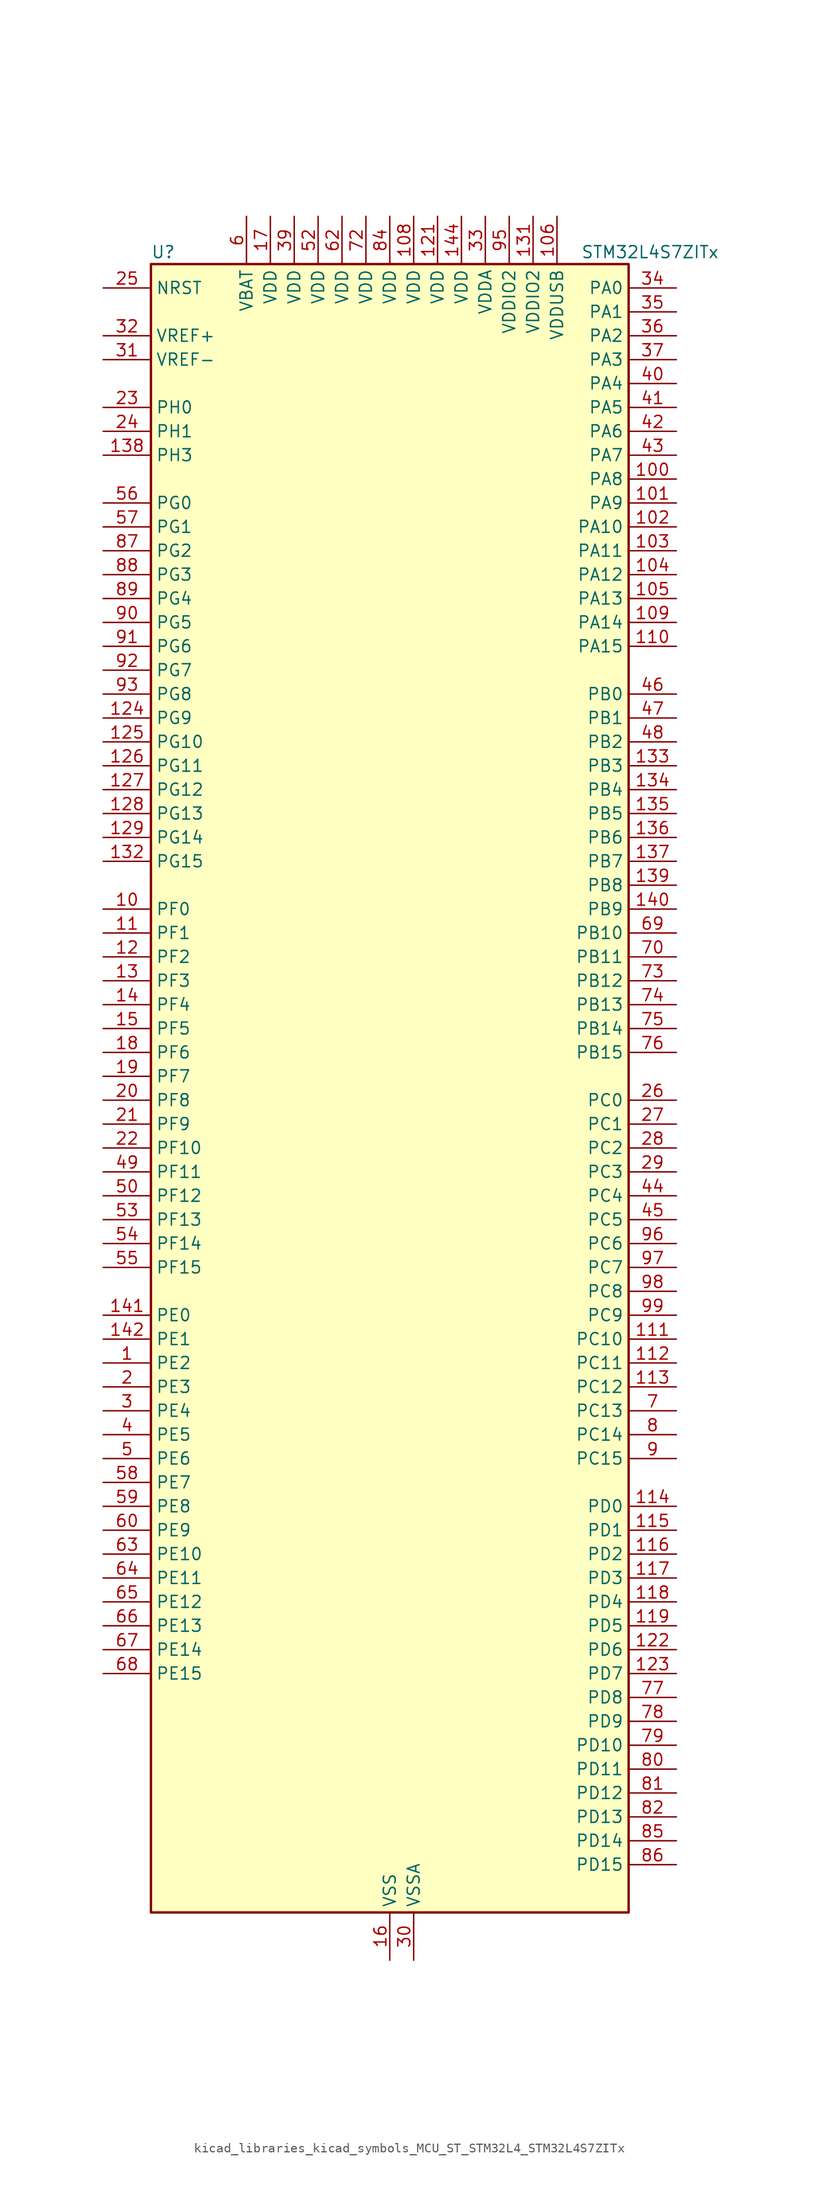
<source format=kicad_sym>
(kicad_symbol_lib
  (version 20220914)
  (generator kicad_symbol_editor)
  (symbol "kicad_libraries_kicad_symbols_MCU_ST_STM32L4_STM32L4S7ZITx"
    (property "Reference" "U"
      (at -25.4 90.17 0)
      (effects (font (size 1.27 1.27)) (justify left)))
    (property "Value" "STM32L4S7ZITx"
      (at 20.32 90.17 0)
      (effects (font (size 1.27 1.27)) (justify left)))
    (property "ki_locked" ""
      (at 0 0 0)
      (effects (font (size 1.27 1.27))))
    (symbol "kicad_libraries_kicad_symbols_MCU_ST_STM32L4_STM32L4S7ZITx_0_1"
      (rectangle (start -25.4 -86.36) (end 25.4 88.9) (stroke (width 0.254) (type default)) (fill (type background))))
    (symbol "kicad_libraries_kicad_symbols_MCU_ST_STM32L4_STM32L4S7ZITx_1_1"
      (pin bidirectional line (at -30.48 -27.94 0) (length 5.08) (name "PE2" (effects (font (size 1.27 1.27)))) (number "1" (effects (font (size 1.27 1.27)))) (alternate "FMC_A23" bidirectional line) (alternate "LTDC_R0" bidirectional line) (alternate "SAI1_CK1" bidirectional line) (alternate "SAI1_MCLK_A" bidirectional line) (alternate "SYS_TRACECLK" bidirectional line) (alternate "TIM3_ETR" bidirectional line) (alternate "TSC_G7_IO1" bidirectional line))
      (pin bidirectional line (at -30.48 20.32 0) (length 5.08) (name "PF0" (effects (font (size 1.27 1.27)))) (number "10" (effects (font (size 1.27 1.27)))) (alternate "FMC_A0" bidirectional line) (alternate "I2C2_SDA" bidirectional line) (alternate "OCTOSPIM_P2_IO0" bidirectional line))
      (pin bidirectional line (at 30.48 66.04 180) (length 5.08) (name "PA8" (effects (font (size 1.27 1.27)))) (number "100" (effects (font (size 1.27 1.27)))) (alternate "LPTIM2_OUT" bidirectional line) (alternate "RCC_MCO" bidirectional line) (alternate "SAI1_CK2" bidirectional line) (alternate "SAI1_SCK_A" bidirectional line) (alternate "TIM1_CH1" bidirectional line) (alternate "USART1_CK" bidirectional line) (alternate "USB_OTG_FS_SOF" bidirectional line))
      (pin bidirectional line (at 30.48 63.5 180) (length 5.08) (name "PA9" (effects (font (size 1.27 1.27)))) (number "101" (effects (font (size 1.27 1.27)))) (alternate "DAC1_EXTI9" bidirectional line) (alternate "DCMI_D0" bidirectional line) (alternate "SAI1_FS_A" bidirectional line) (alternate "SPI2_SCK" bidirectional line) (alternate "TIM15_BKIN" bidirectional line) (alternate "TIM1_CH2" bidirectional line) (alternate "USART1_TX" bidirectional line) (alternate "USB_OTG_FS_VBUS" bidirectional line))
      (pin bidirectional line (at 30.48 60.96 180) (length 5.08) (name "PA10" (effects (font (size 1.27 1.27)))) (number "102" (effects (font (size 1.27 1.27)))) (alternate "DCMI_D1" bidirectional line) (alternate "SAI1_D1" bidirectional line) (alternate "SAI1_SD_A" bidirectional line) (alternate "TIM17_BKIN" bidirectional line) (alternate "TIM1_CH3" bidirectional line) (alternate "USART1_RX" bidirectional line) (alternate "USB_OTG_FS_ID" bidirectional line))
      (pin bidirectional line (at 30.48 58.42 180) (length 5.08) (name "PA11" (effects (font (size 1.27 1.27)))) (number "103" (effects (font (size 1.27 1.27)))) (alternate "ADC1_EXTI11" bidirectional line) (alternate "CAN1_RX" bidirectional line) (alternate "SPI1_MISO" bidirectional line) (alternate "TIM1_BKIN2" bidirectional line) (alternate "TIM1_CH4" bidirectional line) (alternate "USART1_CTS" bidirectional line) (alternate "USART1_NSS" bidirectional line) (alternate "USB_OTG_FS_DM" bidirectional line))
      (pin bidirectional line (at 30.48 55.88 180) (length 5.08) (name "PA12" (effects (font (size 1.27 1.27)))) (number "104" (effects (font (size 1.27 1.27)))) (alternate "CAN1_TX" bidirectional line) (alternate "SPI1_MOSI" bidirectional line) (alternate "TIM1_ETR" bidirectional line) (alternate "USART1_DE" bidirectional line) (alternate "USART1_RTS" bidirectional line) (alternate "USB_OTG_FS_DP" bidirectional line))
      (pin bidirectional line (at 30.48 53.34 180) (length 5.08) (name "PA13" (effects (font (size 1.27 1.27)))) (number "105" (effects (font (size 1.27 1.27)))) (alternate "IR_OUT" bidirectional line) (alternate "SAI1_SD_B" bidirectional line) (alternate "SYS_JTMS-SWDIO" bidirectional line) (alternate "USB_OTG_FS_NOE" bidirectional line))
      (pin power_in line (at 17.78 93.98 270) (length 5.08) (name "VDDUSB" (effects (font (size 1.27 1.27)))) (number "106" (effects (font (size 1.27 1.27)))))
      (pin passive line (at 0 -91.44 90) (length 5.08) hide (name "VSS" (effects (font (size 1.27 1.27)))) (number "107" (effects (font (size 1.27 1.27)))))
      (pin power_in line (at 2.54 93.98 270) (length 5.08) (name "VDD" (effects (font (size 1.27 1.27)))) (number "108" (effects (font (size 1.27 1.27)))))
      (pin bidirectional line (at 30.48 50.8 180) (length 5.08) (name "PA14" (effects (font (size 1.27 1.27)))) (number "109" (effects (font (size 1.27 1.27)))) (alternate "I2C1_SMBA" bidirectional line) (alternate "I2C4_SMBA" bidirectional line) (alternate "LPTIM1_OUT" bidirectional line) (alternate "SAI1_FS_B" bidirectional line) (alternate "SYS_JTCK-SWCLK" bidirectional line) (alternate "USB_OTG_FS_SOF" bidirectional line))
      (pin bidirectional line (at -30.48 17.78 0) (length 5.08) (name "PF1" (effects (font (size 1.27 1.27)))) (number "11" (effects (font (size 1.27 1.27)))) (alternate "FMC_A1" bidirectional line) (alternate "I2C2_SCL" bidirectional line) (alternate "OCTOSPIM_P2_IO1" bidirectional line))
      (pin bidirectional line (at 30.48 48.26 180) (length 5.08) (name "PA15" (effects (font (size 1.27 1.27)))) (number "110" (effects (font (size 1.27 1.27)))) (alternate "ADC1_EXTI15" bidirectional line) (alternate "SAI2_FS_B" bidirectional line) (alternate "SPI1_NSS" bidirectional line) (alternate "SPI3_NSS" bidirectional line) (alternate "SYS_JTDI" bidirectional line) (alternate "TIM2_CH1" bidirectional line) (alternate "TIM2_ETR" bidirectional line) (alternate "TSC_G3_IO1" bidirectional line) (alternate "UART4_DE" bidirectional line) (alternate "UART4_RTS" bidirectional line) (alternate "USART2_RX" bidirectional line) (alternate "USART3_DE" bidirectional line) (alternate "USART3_RTS" bidirectional line))
      (pin bidirectional line (at 30.48 -25.4 180) (length 5.08) (name "PC10" (effects (font (size 1.27 1.27)))) (number "111" (effects (font (size 1.27 1.27)))) (alternate "DCMI_D8" bidirectional line) (alternate "SAI2_SCK_B" bidirectional line) (alternate "SDMMC1_D2" bidirectional line) (alternate "SPI3_SCK" bidirectional line) (alternate "SYS_TRACED1" bidirectional line) (alternate "TSC_G3_IO2" bidirectional line) (alternate "UART4_TX" bidirectional line) (alternate "USART3_TX" bidirectional line))
      (pin bidirectional line (at 30.48 -27.94 180) (length 5.08) (name "PC11" (effects (font (size 1.27 1.27)))) (number "112" (effects (font (size 1.27 1.27)))) (alternate "ADC1_EXTI11" bidirectional line) (alternate "DCMI_D2" bidirectional line) (alternate "DCMI_D4" bidirectional line) (alternate "OCTOSPIM_P1_NCS" bidirectional line) (alternate "SAI2_MCLK_B" bidirectional line) (alternate "SDMMC1_D3" bidirectional line) (alternate "SPI3_MISO" bidirectional line) (alternate "TSC_G3_IO3" bidirectional line) (alternate "UART4_RX" bidirectional line) (alternate "USART3_RX" bidirectional line))
      (pin bidirectional line (at 30.48 -30.48 180) (length 5.08) (name "PC12" (effects (font (size 1.27 1.27)))) (number "113" (effects (font (size 1.27 1.27)))) (alternate "DCMI_D9" bidirectional line) (alternate "SAI2_SD_B" bidirectional line) (alternate "SDMMC1_CK" bidirectional line) (alternate "SPI3_MOSI" bidirectional line) (alternate "SYS_TRACED3" bidirectional line) (alternate "TSC_G3_IO4" bidirectional line) (alternate "UART5_TX" bidirectional line) (alternate "USART3_CK" bidirectional line))
      (pin bidirectional line (at 30.48 -43.18 180) (length 5.08) (name "PD0" (effects (font (size 1.27 1.27)))) (number "114" (effects (font (size 1.27 1.27)))) (alternate "CAN1_RX" bidirectional line) (alternate "DFSDM1_DATIN7" bidirectional line) (alternate "FMC_D2" bidirectional line) (alternate "FMC_DA2" bidirectional line) (alternate "LTDC_B4" bidirectional line) (alternate "SPI2_NSS" bidirectional line))
      (pin bidirectional line (at 30.48 -45.72 180) (length 5.08) (name "PD1" (effects (font (size 1.27 1.27)))) (number "115" (effects (font (size 1.27 1.27)))) (alternate "CAN1_TX" bidirectional line) (alternate "DFSDM1_CKIN7" bidirectional line) (alternate "FMC_D3" bidirectional line) (alternate "FMC_DA3" bidirectional line) (alternate "LTDC_B5" bidirectional line) (alternate "SPI2_SCK" bidirectional line))
      (pin bidirectional line (at 30.48 -48.26 180) (length 5.08) (name "PD2" (effects (font (size 1.27 1.27)))) (number "116" (effects (font (size 1.27 1.27)))) (alternate "DCMI_D11" bidirectional line) (alternate "SDMMC1_CMD" bidirectional line) (alternate "SYS_TRACED2" bidirectional line) (alternate "TIM3_ETR" bidirectional line) (alternate "TSC_SYNC" bidirectional line) (alternate "UART5_RX" bidirectional line) (alternate "USART3_DE" bidirectional line) (alternate "USART3_RTS" bidirectional line))
      (pin bidirectional line (at 30.48 -50.8 180) (length 5.08) (name "PD3" (effects (font (size 1.27 1.27)))) (number "117" (effects (font (size 1.27 1.27)))) (alternate "DCMI_D5" bidirectional line) (alternate "DFSDM1_DATIN0" bidirectional line) (alternate "FMC_CLK" bidirectional line) (alternate "LTDC_CLK" bidirectional line) (alternate "OCTOSPIM_P2_NCS" bidirectional line) (alternate "SPI2_MISO" bidirectional line) (alternate "SPI2_SCK" bidirectional line) (alternate "USART2_CTS" bidirectional line) (alternate "USART2_NSS" bidirectional line))
      (pin bidirectional line (at 30.48 -53.34 180) (length 5.08) (name "PD4" (effects (font (size 1.27 1.27)))) (number "118" (effects (font (size 1.27 1.27)))) (alternate "DFSDM1_CKIN0" bidirectional line) (alternate "FMC_NOE" bidirectional line) (alternate "OCTOSPIM_P1_IO4" bidirectional line) (alternate "SPI2_MOSI" bidirectional line) (alternate "USART2_DE" bidirectional line) (alternate "USART2_RTS" bidirectional line))
      (pin bidirectional line (at 30.48 -55.88 180) (length 5.08) (name "PD5" (effects (font (size 1.27 1.27)))) (number "119" (effects (font (size 1.27 1.27)))) (alternate "FMC_NWE" bidirectional line) (alternate "OCTOSPIM_P1_IO5" bidirectional line) (alternate "USART2_TX" bidirectional line))
      (pin bidirectional line (at -30.48 15.24 0) (length 5.08) (name "PF2" (effects (font (size 1.27 1.27)))) (number "12" (effects (font (size 1.27 1.27)))) (alternate "FMC_A2" bidirectional line) (alternate "I2C2_SMBA" bidirectional line) (alternate "OCTOSPIM_P2_IO2" bidirectional line))
      (pin passive line (at 0 -91.44 90) (length 5.08) hide (name "VSS" (effects (font (size 1.27 1.27)))) (number "120" (effects (font (size 1.27 1.27)))))
      (pin power_in line (at 5.08 93.98 270) (length 5.08) (name "VDD" (effects (font (size 1.27 1.27)))) (number "121" (effects (font (size 1.27 1.27)))))
      (pin bidirectional line (at 30.48 -58.42 180) (length 5.08) (name "PD6" (effects (font (size 1.27 1.27)))) (number "122" (effects (font (size 1.27 1.27)))) (alternate "DCMI_D10" bidirectional line) (alternate "DFSDM1_DATIN1" bidirectional line) (alternate "FMC_NWAIT" bidirectional line) (alternate "LTDC_DE" bidirectional line) (alternate "OCTOSPIM_P1_IO6" bidirectional line) (alternate "SAI1_D1" bidirectional line) (alternate "SAI1_SD_A" bidirectional line) (alternate "SPI3_MOSI" bidirectional line) (alternate "USART2_RX" bidirectional line))
      (pin bidirectional line (at 30.48 -60.96 180) (length 5.08) (name "PD7" (effects (font (size 1.27 1.27)))) (number "123" (effects (font (size 1.27 1.27)))) (alternate "DFSDM1_CKIN1" bidirectional line) (alternate "FMC_NCE" bidirectional line) (alternate "FMC_NE1" bidirectional line) (alternate "OCTOSPIM_P1_IO7" bidirectional line) (alternate "USART2_CK" bidirectional line))
      (pin bidirectional line (at -30.48 40.64 0) (length 5.08) (name "PG9" (effects (font (size 1.27 1.27)))) (number "124" (effects (font (size 1.27 1.27)))) (alternate "DAC1_EXTI9" bidirectional line) (alternate "FMC_NCE" bidirectional line) (alternate "FMC_NE2" bidirectional line) (alternate "OCTOSPIM_P2_IO6" bidirectional line) (alternate "SAI2_SCK_A" bidirectional line) (alternate "SPI3_SCK" bidirectional line) (alternate "TIM15_CH1N" bidirectional line) (alternate "USART1_TX" bidirectional line))
      (pin bidirectional line (at -30.48 38.1 0) (length 5.08) (name "PG10" (effects (font (size 1.27 1.27)))) (number "125" (effects (font (size 1.27 1.27)))) (alternate "FMC_NE3" bidirectional line) (alternate "LPTIM1_IN1" bidirectional line) (alternate "OCTOSPIM_P2_IO7" bidirectional line) (alternate "SAI2_FS_A" bidirectional line) (alternate "SPI3_MISO" bidirectional line) (alternate "TIM15_CH1" bidirectional line) (alternate "USART1_RX" bidirectional line))
      (pin bidirectional line (at -30.48 35.56 0) (length 5.08) (name "PG11" (effects (font (size 1.27 1.27)))) (number "126" (effects (font (size 1.27 1.27)))) (alternate "ADC1_EXTI11" bidirectional line) (alternate "LPTIM1_IN2" bidirectional line) (alternate "OCTOSPIM_P1_IO5" bidirectional line) (alternate "SAI2_MCLK_A" bidirectional line) (alternate "SPI3_MOSI" bidirectional line) (alternate "TIM15_CH2" bidirectional line) (alternate "USART1_CTS" bidirectional line) (alternate "USART1_NSS" bidirectional line))
      (pin bidirectional line (at -30.48 33.02 0) (length 5.08) (name "PG12" (effects (font (size 1.27 1.27)))) (number "127" (effects (font (size 1.27 1.27)))) (alternate "FMC_NE4" bidirectional line) (alternate "LPTIM1_ETR" bidirectional line) (alternate "OCTOSPIM_P2_NCS" bidirectional line) (alternate "SAI2_SD_A" bidirectional line) (alternate "SPI3_NSS" bidirectional line) (alternate "USART1_DE" bidirectional line) (alternate "USART1_RTS" bidirectional line))
      (pin bidirectional line (at -30.48 30.48 0) (length 5.08) (name "PG13" (effects (font (size 1.27 1.27)))) (number "128" (effects (font (size 1.27 1.27)))) (alternate "FMC_A24" bidirectional line) (alternate "I2C1_SDA" bidirectional line) (alternate "LTDC_R0" bidirectional line) (alternate "USART1_CK" bidirectional line))
      (pin bidirectional line (at -30.48 27.94 0) (length 5.08) (name "PG14" (effects (font (size 1.27 1.27)))) (number "129" (effects (font (size 1.27 1.27)))) (alternate "FMC_A25" bidirectional line) (alternate "I2C1_SCL" bidirectional line) (alternate "LTDC_R1" bidirectional line))
      (pin bidirectional line (at -30.48 12.7 0) (length 5.08) (name "PF3" (effects (font (size 1.27 1.27)))) (number "13" (effects (font (size 1.27 1.27)))) (alternate "FMC_A3" bidirectional line) (alternate "OCTOSPIM_P2_IO3" bidirectional line))
      (pin passive line (at 0 -91.44 90) (length 5.08) hide (name "VSS" (effects (font (size 1.27 1.27)))) (number "130" (effects (font (size 1.27 1.27)))))
      (pin power_in line (at 15.24 93.98 270) (length 5.08) (name "VDDIO2" (effects (font (size 1.27 1.27)))) (number "131" (effects (font (size 1.27 1.27)))))
      (pin bidirectional line (at -30.48 25.4 0) (length 5.08) (name "PG15" (effects (font (size 1.27 1.27)))) (number "132" (effects (font (size 1.27 1.27)))) (alternate "ADC1_EXTI15" bidirectional line) (alternate "DCMI_D13" bidirectional line) (alternate "I2C1_SMBA" bidirectional line) (alternate "LPTIM1_OUT" bidirectional line) (alternate "OCTOSPIM_P2_DQS" bidirectional line))
      (pin bidirectional line (at 30.48 35.56 180) (length 5.08) (name "PB3" (effects (font (size 1.27 1.27)))) (number "133" (effects (font (size 1.27 1.27)))) (alternate "COMP2_INM" bidirectional line) (alternate "CRS_SYNC" bidirectional line) (alternate "SAI1_SCK_B" bidirectional line) (alternate "SPI1_SCK" bidirectional line) (alternate "SPI3_SCK" bidirectional line) (alternate "SYS_JTDO-SWO" bidirectional line) (alternate "TIM2_CH2" bidirectional line) (alternate "USART1_DE" bidirectional line) (alternate "USART1_RTS" bidirectional line))
      (pin bidirectional line (at 30.48 33.02 180) (length 5.08) (name "PB4" (effects (font (size 1.27 1.27)))) (number "134" (effects (font (size 1.27 1.27)))) (alternate "COMP2_INP" bidirectional line) (alternate "DCMI_D12" bidirectional line) (alternate "I2C3_SDA" bidirectional line) (alternate "SAI1_MCLK_B" bidirectional line) (alternate "SPI1_MISO" bidirectional line) (alternate "SPI3_MISO" bidirectional line) (alternate "SYS_JTRST" bidirectional line) (alternate "TIM17_BKIN" bidirectional line) (alternate "TIM3_CH1" bidirectional line) (alternate "TSC_G2_IO1" bidirectional line) (alternate "UART5_DE" bidirectional line) (alternate "UART5_RTS" bidirectional line) (alternate "USART1_CTS" bidirectional line) (alternate "USART1_NSS" bidirectional line))
      (pin bidirectional line (at 30.48 30.48 180) (length 5.08) (name "PB5" (effects (font (size 1.27 1.27)))) (number "135" (effects (font (size 1.27 1.27)))) (alternate "COMP2_OUT" bidirectional line) (alternate "DCMI_D10" bidirectional line) (alternate "I2C1_SMBA" bidirectional line) (alternate "LPTIM1_IN1" bidirectional line) (alternate "SAI1_SD_B" bidirectional line) (alternate "SPI1_MOSI" bidirectional line) (alternate "SPI3_MOSI" bidirectional line) (alternate "TIM16_BKIN" bidirectional line) (alternate "TIM3_CH2" bidirectional line) (alternate "TSC_G2_IO2" bidirectional line) (alternate "UART5_CTS" bidirectional line) (alternate "USART1_CK" bidirectional line))
      (pin bidirectional line (at 30.48 27.94 180) (length 5.08) (name "PB6" (effects (font (size 1.27 1.27)))) (number "136" (effects (font (size 1.27 1.27)))) (alternate "COMP2_INP" bidirectional line) (alternate "DCMI_D5" bidirectional line) (alternate "DFSDM1_DATIN5" bidirectional line) (alternate "I2C1_SCL" bidirectional line) (alternate "I2C4_SCL" bidirectional line) (alternate "LPTIM1_ETR" bidirectional line) (alternate "SAI1_FS_B" bidirectional line) (alternate "TIM16_CH1N" bidirectional line) (alternate "TIM4_CH1" bidirectional line) (alternate "TIM8_BKIN2" bidirectional line) (alternate "TSC_G2_IO3" bidirectional line) (alternate "USART1_TX" bidirectional line))
      (pin bidirectional line (at 30.48 25.4 180) (length 5.08) (name "PB7" (effects (font (size 1.27 1.27)))) (number "137" (effects (font (size 1.27 1.27)))) (alternate "COMP2_INM" bidirectional line) (alternate "DCMI_VSYNC" bidirectional line) (alternate "DFSDM1_CKIN5" bidirectional line) (alternate "FMC_NL" bidirectional line) (alternate "I2C1_SDA" bidirectional line) (alternate "I2C4_SDA" bidirectional line) (alternate "LPTIM1_IN2" bidirectional line) (alternate "SYS_PVD_IN" bidirectional line) (alternate "TIM17_CH1N" bidirectional line) (alternate "TIM4_CH2" bidirectional line) (alternate "TIM8_BKIN" bidirectional line) (alternate "TSC_G2_IO4" bidirectional line) (alternate "UART4_CTS" bidirectional line) (alternate "USART1_RX" bidirectional line))
      (pin bidirectional line (at -30.48 68.58 0) (length 5.08) (name "PH3" (effects (font (size 1.27 1.27)))) (number "138" (effects (font (size 1.27 1.27)))))
      (pin bidirectional line (at 30.48 22.86 180) (length 5.08) (name "PB8" (effects (font (size 1.27 1.27)))) (number "139" (effects (font (size 1.27 1.27)))) (alternate "CAN1_RX" bidirectional line) (alternate "DCMI_D6" bidirectional line) (alternate "DFSDM1_CKOUT" bidirectional line) (alternate "DFSDM1_DATIN6" bidirectional line) (alternate "I2C1_SCL" bidirectional line) (alternate "LTDC_B1" bidirectional line) (alternate "SAI1_CK1" bidirectional line) (alternate "SAI1_MCLK_A" bidirectional line) (alternate "SDMMC1_CKIN" bidirectional line) (alternate "SDMMC1_D4" bidirectional line) (alternate "TIM16_CH1" bidirectional line) (alternate "TIM4_CH3" bidirectional line))
      (pin bidirectional line (at -30.48 10.16 0) (length 5.08) (name "PF4" (effects (font (size 1.27 1.27)))) (number "14" (effects (font (size 1.27 1.27)))) (alternate "FMC_A4" bidirectional line) (alternate "OCTOSPIM_P2_CLK" bidirectional line))
      (pin bidirectional line (at 30.48 20.32 180) (length 5.08) (name "PB9" (effects (font (size 1.27 1.27)))) (number "140" (effects (font (size 1.27 1.27)))) (alternate "CAN1_TX" bidirectional line) (alternate "DAC1_EXTI9" bidirectional line) (alternate "DCMI_D7" bidirectional line) (alternate "DFSDM1_CKIN6" bidirectional line) (alternate "I2C1_SDA" bidirectional line) (alternate "IR_OUT" bidirectional line) (alternate "SAI1_D2" bidirectional line) (alternate "SAI1_FS_A" bidirectional line) (alternate "SDMMC1_CDIR" bidirectional line) (alternate "SDMMC1_D5" bidirectional line) (alternate "SPI2_NSS" bidirectional line) (alternate "TIM17_CH1" bidirectional line) (alternate "TIM4_CH4" bidirectional line))
      (pin bidirectional line (at -30.48 -22.86 0) (length 5.08) (name "PE0" (effects (font (size 1.27 1.27)))) (number "141" (effects (font (size 1.27 1.27)))) (alternate "DCMI_D2" bidirectional line) (alternate "FMC_NBL0" bidirectional line) (alternate "LTDC_HSYNC" bidirectional line) (alternate "TIM16_CH1" bidirectional line) (alternate "TIM4_ETR" bidirectional line))
      (pin bidirectional line (at -30.48 -25.4 0) (length 5.08) (name "PE1" (effects (font (size 1.27 1.27)))) (number "142" (effects (font (size 1.27 1.27)))) (alternate "DCMI_D3" bidirectional line) (alternate "FMC_NBL1" bidirectional line) (alternate "LTDC_VSYNC" bidirectional line) (alternate "TIM17_CH1" bidirectional line))
      (pin passive line (at 0 -91.44 90) (length 5.08) hide (name "VSS" (effects (font (size 1.27 1.27)))) (number "143" (effects (font (size 1.27 1.27)))))
      (pin power_in line (at 7.62 93.98 270) (length 5.08) (name "VDD" (effects (font (size 1.27 1.27)))) (number "144" (effects (font (size 1.27 1.27)))))
      (pin bidirectional line (at -30.48 7.62 0) (length 5.08) (name "PF5" (effects (font (size 1.27 1.27)))) (number "15" (effects (font (size 1.27 1.27)))) (alternate "FMC_A5" bidirectional line))
      (pin power_in line (at 0 -91.44 90) (length 5.08) (name "VSS" (effects (font (size 1.27 1.27)))) (number "16" (effects (font (size 1.27 1.27)))))
      (pin power_in line (at -12.7 93.98 270) (length 5.08) (name "VDD" (effects (font (size 1.27 1.27)))) (number "17" (effects (font (size 1.27 1.27)))))
      (pin bidirectional line (at -30.48 5.08 0) (length 5.08) (name "PF6" (effects (font (size 1.27 1.27)))) (number "18" (effects (font (size 1.27 1.27)))) (alternate "OCTOSPIM_P1_IO3" bidirectional line) (alternate "SAI1_SD_B" bidirectional line) (alternate "TIM5_CH1" bidirectional line) (alternate "TIM5_ETR" bidirectional line))
      (pin bidirectional line (at -30.48 2.54 0) (length 5.08) (name "PF7" (effects (font (size 1.27 1.27)))) (number "19" (effects (font (size 1.27 1.27)))) (alternate "OCTOSPIM_P1_IO2" bidirectional line) (alternate "SAI1_MCLK_B" bidirectional line) (alternate "TIM5_CH2" bidirectional line))
      (pin bidirectional line (at -30.48 -30.48 0) (length 5.08) (name "PE3" (effects (font (size 1.27 1.27)))) (number "2" (effects (font (size 1.27 1.27)))) (alternate "FMC_A19" bidirectional line) (alternate "LTDC_R1" bidirectional line) (alternate "OCTOSPIM_P1_DQS" bidirectional line) (alternate "SAI1_SD_B" bidirectional line) (alternate "SYS_TRACED0" bidirectional line) (alternate "TIM3_CH1" bidirectional line) (alternate "TSC_G7_IO2" bidirectional line))
      (pin bidirectional line (at -30.48 0 0) (length 5.08) (name "PF8" (effects (font (size 1.27 1.27)))) (number "20" (effects (font (size 1.27 1.27)))) (alternate "OCTOSPIM_P1_IO0" bidirectional line) (alternate "SAI1_SCK_B" bidirectional line) (alternate "TIM5_CH3" bidirectional line))
      (pin bidirectional line (at -30.48 -2.54 0) (length 5.08) (name "PF9" (effects (font (size 1.27 1.27)))) (number "21" (effects (font (size 1.27 1.27)))) (alternate "DAC1_EXTI9" bidirectional line) (alternate "OCTOSPIM_P1_IO1" bidirectional line) (alternate "SAI1_FS_B" bidirectional line) (alternate "TIM15_CH1" bidirectional line) (alternate "TIM5_CH4" bidirectional line))
      (pin bidirectional line (at -30.48 -5.08 0) (length 5.08) (name "PF10" (effects (font (size 1.27 1.27)))) (number "22" (effects (font (size 1.27 1.27)))) (alternate "DCMI_D11" bidirectional line) (alternate "DFSDM1_CKOUT" bidirectional line) (alternate "OCTOSPIM_P1_CLK" bidirectional line) (alternate "SAI1_D3" bidirectional line) (alternate "TIM15_CH2" bidirectional line))
      (pin bidirectional line (at -30.48 73.66 0) (length 5.08) (name "PH0" (effects (font (size 1.27 1.27)))) (number "23" (effects (font (size 1.27 1.27)))) (alternate "RCC_OSC_IN" bidirectional line))
      (pin bidirectional line (at -30.48 71.12 0) (length 5.08) (name "PH1" (effects (font (size 1.27 1.27)))) (number "24" (effects (font (size 1.27 1.27)))) (alternate "RCC_OSC_OUT" bidirectional line))
      (pin input line (at -30.48 86.36 0) (length 5.08) (name "NRST" (effects (font (size 1.27 1.27)))) (number "25" (effects (font (size 1.27 1.27)))))
      (pin bidirectional line (at 30.48 0 180) (length 5.08) (name "PC0" (effects (font (size 1.27 1.27)))) (number "26" (effects (font (size 1.27 1.27)))) (alternate "ADC1_IN1" bidirectional line) (alternate "DFSDM1_DATIN4" bidirectional line) (alternate "I2C3_SCL" bidirectional line) (alternate "LPTIM1_IN1" bidirectional line) (alternate "LPTIM2_IN1" bidirectional line) (alternate "LPUART1_RX" bidirectional line) (alternate "SAI2_FS_A" bidirectional line))
      (pin bidirectional line (at 30.48 -2.54 180) (length 5.08) (name "PC1" (effects (font (size 1.27 1.27)))) (number "27" (effects (font (size 1.27 1.27)))) (alternate "ADC1_IN2" bidirectional line) (alternate "DFSDM1_CKIN4" bidirectional line) (alternate "I2C3_SDA" bidirectional line) (alternate "LPTIM1_OUT" bidirectional line) (alternate "LPUART1_TX" bidirectional line) (alternate "OCTOSPIM_P1_IO4" bidirectional line) (alternate "SAI1_SD_A" bidirectional line) (alternate "SPI2_MOSI" bidirectional line) (alternate "SYS_TRACED0" bidirectional line))
      (pin bidirectional line (at 30.48 -5.08 180) (length 5.08) (name "PC2" (effects (font (size 1.27 1.27)))) (number "28" (effects (font (size 1.27 1.27)))) (alternate "ADC1_IN3" bidirectional line) (alternate "DFSDM1_CKOUT" bidirectional line) (alternate "LPTIM1_IN2" bidirectional line) (alternate "OCTOSPIM_P1_IO5" bidirectional line) (alternate "SPI2_MISO" bidirectional line))
      (pin bidirectional line (at 30.48 -7.62 180) (length 5.08) (name "PC3" (effects (font (size 1.27 1.27)))) (number "29" (effects (font (size 1.27 1.27)))) (alternate "ADC1_IN4" bidirectional line) (alternate "LPTIM1_ETR" bidirectional line) (alternate "LPTIM2_ETR" bidirectional line) (alternate "OCTOSPIM_P1_IO6" bidirectional line) (alternate "SAI1_D1" bidirectional line) (alternate "SAI1_SD_A" bidirectional line) (alternate "SPI2_MOSI" bidirectional line))
      (pin bidirectional line (at -30.48 -33.02 0) (length 5.08) (name "PE4" (effects (font (size 1.27 1.27)))) (number "3" (effects (font (size 1.27 1.27)))) (alternate "DCMI_D4" bidirectional line) (alternate "DFSDM1_DATIN3" bidirectional line) (alternate "FMC_A20" bidirectional line) (alternate "LTDC_B0" bidirectional line) (alternate "SAI1_D2" bidirectional line) (alternate "SAI1_FS_A" bidirectional line) (alternate "SYS_TRACED1" bidirectional line) (alternate "TIM3_CH2" bidirectional line) (alternate "TSC_G7_IO3" bidirectional line))
      (pin power_in line (at 2.54 -91.44 90) (length 5.08) (name "VSSA" (effects (font (size 1.27 1.27)))) (number "30" (effects (font (size 1.27 1.27)))))
      (pin input line (at -30.48 78.74 0) (length 5.08) (name "VREF-" (effects (font (size 1.27 1.27)))) (number "31" (effects (font (size 1.27 1.27)))))
      (pin input line (at -30.48 81.28 0) (length 5.08) (name "VREF+" (effects (font (size 1.27 1.27)))) (number "32" (effects (font (size 1.27 1.27)))) (alternate "VREFBUF_OUT" bidirectional line))
      (pin power_in line (at 10.16 93.98 270) (length 5.08) (name "VDDA" (effects (font (size 1.27 1.27)))) (number "33" (effects (font (size 1.27 1.27)))))
      (pin bidirectional line (at 30.48 86.36 180) (length 5.08) (name "PA0" (effects (font (size 1.27 1.27)))) (number "34" (effects (font (size 1.27 1.27)))) (alternate "ADC1_IN5" bidirectional line) (alternate "OPAMP1_VINP" bidirectional line) (alternate "RTC_TAMP2" bidirectional line) (alternate "SAI1_EXTCLK" bidirectional line) (alternate "SYS_WKUP1" bidirectional line) (alternate "TIM2_CH1" bidirectional line) (alternate "TIM2_ETR" bidirectional line) (alternate "TIM5_CH1" bidirectional line) (alternate "TIM8_ETR" bidirectional line) (alternate "UART4_TX" bidirectional line) (alternate "USART2_CTS" bidirectional line) (alternate "USART2_NSS" bidirectional line))
      (pin bidirectional line (at 30.48 83.82 180) (length 5.08) (name "PA1" (effects (font (size 1.27 1.27)))) (number "35" (effects (font (size 1.27 1.27)))) (alternate "ADC1_IN6" bidirectional line) (alternate "I2C1_SMBA" bidirectional line) (alternate "OCTOSPIM_P1_DQS" bidirectional line) (alternate "OPAMP1_VINM" bidirectional line) (alternate "SPI1_SCK" bidirectional line) (alternate "TIM15_CH1N" bidirectional line) (alternate "TIM2_CH2" bidirectional line) (alternate "TIM5_CH2" bidirectional line) (alternate "UART4_RX" bidirectional line) (alternate "USART2_DE" bidirectional line) (alternate "USART2_RTS" bidirectional line))
      (pin bidirectional line (at 30.48 81.28 180) (length 5.08) (name "PA2" (effects (font (size 1.27 1.27)))) (number "36" (effects (font (size 1.27 1.27)))) (alternate "ADC1_IN7" bidirectional line) (alternate "LPUART1_TX" bidirectional line) (alternate "OCTOSPIM_P1_NCS" bidirectional line) (alternate "RCC_LSCO" bidirectional line) (alternate "SAI2_EXTCLK" bidirectional line) (alternate "SYS_WKUP4" bidirectional line) (alternate "TIM15_CH1" bidirectional line) (alternate "TIM2_CH3" bidirectional line) (alternate "TIM5_CH3" bidirectional line) (alternate "USART2_TX" bidirectional line))
      (pin bidirectional line (at 30.48 78.74 180) (length 5.08) (name "PA3" (effects (font (size 1.27 1.27)))) (number "37" (effects (font (size 1.27 1.27)))) (alternate "ADC1_IN8" bidirectional line) (alternate "LPUART1_RX" bidirectional line) (alternate "OCTOSPIM_P1_CLK" bidirectional line) (alternate "OPAMP1_VOUT" bidirectional line) (alternate "SAI1_CK1" bidirectional line) (alternate "SAI1_MCLK_A" bidirectional line) (alternate "TIM15_CH2" bidirectional line) (alternate "TIM2_CH4" bidirectional line) (alternate "TIM5_CH4" bidirectional line) (alternate "USART2_RX" bidirectional line))
      (pin passive line (at 0 -91.44 90) (length 5.08) hide (name "VSS" (effects (font (size 1.27 1.27)))) (number "38" (effects (font (size 1.27 1.27)))))
      (pin power_in line (at -10.16 93.98 270) (length 5.08) (name "VDD" (effects (font (size 1.27 1.27)))) (number "39" (effects (font (size 1.27 1.27)))))
      (pin bidirectional line (at -30.48 -35.56 0) (length 5.08) (name "PE5" (effects (font (size 1.27 1.27)))) (number "4" (effects (font (size 1.27 1.27)))) (alternate "DCMI_D6" bidirectional line) (alternate "DFSDM1_CKIN3" bidirectional line) (alternate "FMC_A21" bidirectional line) (alternate "LTDC_G0" bidirectional line) (alternate "SAI1_CK2" bidirectional line) (alternate "SAI1_SCK_A" bidirectional line) (alternate "SYS_TRACED2" bidirectional line) (alternate "TIM3_CH3" bidirectional line) (alternate "TSC_G7_IO4" bidirectional line))
      (pin bidirectional line (at 30.48 76.2 180) (length 5.08) (name "PA4" (effects (font (size 1.27 1.27)))) (number "40" (effects (font (size 1.27 1.27)))) (alternate "ADC1_IN9" bidirectional line) (alternate "DAC1_OUT1" bidirectional line) (alternate "DCMI_HSYNC" bidirectional line) (alternate "LPTIM2_OUT" bidirectional line) (alternate "OCTOSPIM_P1_NCS" bidirectional line) (alternate "SAI1_FS_B" bidirectional line) (alternate "SPI1_NSS" bidirectional line) (alternate "SPI3_NSS" bidirectional line) (alternate "USART2_CK" bidirectional line))
      (pin bidirectional line (at 30.48 73.66 180) (length 5.08) (name "PA5" (effects (font (size 1.27 1.27)))) (number "41" (effects (font (size 1.27 1.27)))) (alternate "ADC1_IN10" bidirectional line) (alternate "DAC1_OUT2" bidirectional line) (alternate "LPTIM2_ETR" bidirectional line) (alternate "SPI1_SCK" bidirectional line) (alternate "TIM2_CH1" bidirectional line) (alternate "TIM2_ETR" bidirectional line) (alternate "TIM8_CH1N" bidirectional line))
      (pin bidirectional line (at 30.48 71.12 180) (length 5.08) (name "PA6" (effects (font (size 1.27 1.27)))) (number "42" (effects (font (size 1.27 1.27)))) (alternate "ADC1_IN11" bidirectional line) (alternate "DCMI_PIXCLK" bidirectional line) (alternate "LPUART1_CTS" bidirectional line) (alternate "OCTOSPIM_P1_IO3" bidirectional line) (alternate "OPAMP2_VINP" bidirectional line) (alternate "SPI1_MISO" bidirectional line) (alternate "TIM16_CH1" bidirectional line) (alternate "TIM1_BKIN" bidirectional line) (alternate "TIM3_CH1" bidirectional line) (alternate "TIM8_BKIN" bidirectional line) (alternate "USART3_CTS" bidirectional line) (alternate "USART3_NSS" bidirectional line))
      (pin bidirectional line (at 30.48 68.58 180) (length 5.08) (name "PA7" (effects (font (size 1.27 1.27)))) (number "43" (effects (font (size 1.27 1.27)))) (alternate "ADC1_IN12" bidirectional line) (alternate "I2C3_SCL" bidirectional line) (alternate "OCTOSPIM_P1_IO2" bidirectional line) (alternate "OPAMP2_VINM" bidirectional line) (alternate "SPI1_MOSI" bidirectional line) (alternate "TIM17_CH1" bidirectional line) (alternate "TIM1_CH1N" bidirectional line) (alternate "TIM3_CH2" bidirectional line) (alternate "TIM8_CH1N" bidirectional line))
      (pin bidirectional line (at 30.48 -10.16 180) (length 5.08) (name "PC4" (effects (font (size 1.27 1.27)))) (number "44" (effects (font (size 1.27 1.27)))) (alternate "ADC1_IN13" bidirectional line) (alternate "COMP1_INM" bidirectional line) (alternate "OCTOSPIM_P1_IO7" bidirectional line) (alternate "USART3_TX" bidirectional line))
      (pin bidirectional line (at 30.48 -12.7 180) (length 5.08) (name "PC5" (effects (font (size 1.27 1.27)))) (number "45" (effects (font (size 1.27 1.27)))) (alternate "ADC1_IN14" bidirectional line) (alternate "COMP1_INP" bidirectional line) (alternate "SAI1_D3" bidirectional line) (alternate "SYS_WKUP5" bidirectional line) (alternate "USART3_RX" bidirectional line))
      (pin bidirectional line (at 30.48 43.18 180) (length 5.08) (name "PB0" (effects (font (size 1.27 1.27)))) (number "46" (effects (font (size 1.27 1.27)))) (alternate "ADC1_IN15" bidirectional line) (alternate "COMP1_OUT" bidirectional line) (alternate "OCTOSPIM_P1_IO1" bidirectional line) (alternate "OPAMP2_VOUT" bidirectional line) (alternate "SAI1_EXTCLK" bidirectional line) (alternate "SPI1_NSS" bidirectional line) (alternate "TIM1_CH2N" bidirectional line) (alternate "TIM3_CH3" bidirectional line) (alternate "TIM8_CH2N" bidirectional line) (alternate "USART3_CK" bidirectional line))
      (pin bidirectional line (at 30.48 40.64 180) (length 5.08) (name "PB1" (effects (font (size 1.27 1.27)))) (number "47" (effects (font (size 1.27 1.27)))) (alternate "ADC1_IN16" bidirectional line) (alternate "COMP1_INM" bidirectional line) (alternate "DFSDM1_DATIN0" bidirectional line) (alternate "LPTIM2_IN1" bidirectional line) (alternate "LPUART1_DE" bidirectional line) (alternate "LPUART1_RTS" bidirectional line) (alternate "OCTOSPIM_P1_IO0" bidirectional line) (alternate "TIM1_CH3N" bidirectional line) (alternate "TIM3_CH4" bidirectional line) (alternate "TIM8_CH3N" bidirectional line) (alternate "USART3_DE" bidirectional line) (alternate "USART3_RTS" bidirectional line))
      (pin bidirectional line (at 30.48 38.1 180) (length 5.08) (name "PB2" (effects (font (size 1.27 1.27)))) (number "48" (effects (font (size 1.27 1.27)))) (alternate "COMP1_INP" bidirectional line) (alternate "DFSDM1_CKIN0" bidirectional line) (alternate "I2C3_SMBA" bidirectional line) (alternate "LPTIM1_OUT" bidirectional line) (alternate "LTDC_B1" bidirectional line) (alternate "OCTOSPIM_P1_DQS" bidirectional line) (alternate "RTC_OUT_ALARM" bidirectional line) (alternate "RTC_OUT_CALIB" bidirectional line))
      (pin bidirectional line (at -30.48 -7.62 0) (length 5.08) (name "PF11" (effects (font (size 1.27 1.27)))) (number "49" (effects (font (size 1.27 1.27)))) (alternate "ADC1_EXTI11" bidirectional line) (alternate "DCMI_D12" bidirectional line) (alternate "LTDC_DE" bidirectional line))
      (pin bidirectional line (at -30.48 -38.1 0) (length 5.08) (name "PE6" (effects (font (size 1.27 1.27)))) (number "5" (effects (font (size 1.27 1.27)))) (alternate "DCMI_D7" bidirectional line) (alternate "FMC_A22" bidirectional line) (alternate "LTDC_G1" bidirectional line) (alternate "RTC_TAMP3" bidirectional line) (alternate "SAI1_D1" bidirectional line) (alternate "SAI1_SD_A" bidirectional line) (alternate "SYS_TRACED3" bidirectional line) (alternate "SYS_WKUP3" bidirectional line) (alternate "TIM3_CH4" bidirectional line))
      (pin bidirectional line (at -30.48 -10.16 0) (length 5.08) (name "PF12" (effects (font (size 1.27 1.27)))) (number "50" (effects (font (size 1.27 1.27)))) (alternate "FMC_A6" bidirectional line) (alternate "LTDC_B0" bidirectional line) (alternate "OCTOSPIM_P2_DQS" bidirectional line))
      (pin passive line (at 0 -91.44 90) (length 5.08) hide (name "VSS" (effects (font (size 1.27 1.27)))) (number "51" (effects (font (size 1.27 1.27)))))
      (pin power_in line (at -7.62 93.98 270) (length 5.08) (name "VDD" (effects (font (size 1.27 1.27)))) (number "52" (effects (font (size 1.27 1.27)))))
      (pin bidirectional line (at -30.48 -12.7 0) (length 5.08) (name "PF13" (effects (font (size 1.27 1.27)))) (number "53" (effects (font (size 1.27 1.27)))) (alternate "DFSDM1_DATIN6" bidirectional line) (alternate "FMC_A7" bidirectional line) (alternate "I2C4_SMBA" bidirectional line) (alternate "LTDC_B1" bidirectional line))
      (pin bidirectional line (at -30.48 -15.24 0) (length 5.08) (name "PF14" (effects (font (size 1.27 1.27)))) (number "54" (effects (font (size 1.27 1.27)))) (alternate "DFSDM1_CKIN6" bidirectional line) (alternate "FMC_A8" bidirectional line) (alternate "I2C4_SCL" bidirectional line) (alternate "LTDC_G0" bidirectional line) (alternate "TSC_G8_IO1" bidirectional line))
      (pin bidirectional line (at -30.48 -17.78 0) (length 5.08) (name "PF15" (effects (font (size 1.27 1.27)))) (number "55" (effects (font (size 1.27 1.27)))) (alternate "ADC1_EXTI15" bidirectional line) (alternate "FMC_A9" bidirectional line) (alternate "I2C4_SDA" bidirectional line) (alternate "LTDC_G1" bidirectional line) (alternate "TSC_G8_IO2" bidirectional line))
      (pin bidirectional line (at -30.48 63.5 0) (length 5.08) (name "PG0" (effects (font (size 1.27 1.27)))) (number "56" (effects (font (size 1.27 1.27)))) (alternate "FMC_A10" bidirectional line) (alternate "OCTOSPIM_P2_IO4" bidirectional line) (alternate "TSC_G8_IO3" bidirectional line))
      (pin bidirectional line (at -30.48 60.96 0) (length 5.08) (name "PG1" (effects (font (size 1.27 1.27)))) (number "57" (effects (font (size 1.27 1.27)))) (alternate "FMC_A11" bidirectional line) (alternate "OCTOSPIM_P2_IO5" bidirectional line) (alternate "TSC_G8_IO4" bidirectional line))
      (pin bidirectional line (at -30.48 -40.64 0) (length 5.08) (name "PE7" (effects (font (size 1.27 1.27)))) (number "58" (effects (font (size 1.27 1.27)))) (alternate "DFSDM1_DATIN2" bidirectional line) (alternate "FMC_D4" bidirectional line) (alternate "FMC_DA4" bidirectional line) (alternate "LTDC_B6" bidirectional line) (alternate "SAI1_SD_B" bidirectional line) (alternate "TIM1_ETR" bidirectional line))
      (pin bidirectional line (at -30.48 -43.18 0) (length 5.08) (name "PE8" (effects (font (size 1.27 1.27)))) (number "59" (effects (font (size 1.27 1.27)))) (alternate "DFSDM1_CKIN2" bidirectional line) (alternate "FMC_D5" bidirectional line) (alternate "FMC_DA5" bidirectional line) (alternate "LTDC_B7" bidirectional line) (alternate "SAI1_SCK_B" bidirectional line) (alternate "TIM1_CH1N" bidirectional line))
      (pin power_in line (at -15.24 93.98 270) (length 5.08) (name "VBAT" (effects (font (size 1.27 1.27)))) (number "6" (effects (font (size 1.27 1.27)))))
      (pin bidirectional line (at -30.48 -45.72 0) (length 5.08) (name "PE9" (effects (font (size 1.27 1.27)))) (number "60" (effects (font (size 1.27 1.27)))) (alternate "DAC1_EXTI9" bidirectional line) (alternate "DFSDM1_CKOUT" bidirectional line) (alternate "FMC_D6" bidirectional line) (alternate "FMC_DA6" bidirectional line) (alternate "LTDC_G2" bidirectional line) (alternate "SAI1_FS_B" bidirectional line) (alternate "TIM1_CH1" bidirectional line))
      (pin passive line (at 0 -91.44 90) (length 5.08) hide (name "VSS" (effects (font (size 1.27 1.27)))) (number "61" (effects (font (size 1.27 1.27)))))
      (pin power_in line (at -5.08 93.98 270) (length 5.08) (name "VDD" (effects (font (size 1.27 1.27)))) (number "62" (effects (font (size 1.27 1.27)))))
      (pin bidirectional line (at -30.48 -48.26 0) (length 5.08) (name "PE10" (effects (font (size 1.27 1.27)))) (number "63" (effects (font (size 1.27 1.27)))) (alternate "DFSDM1_DATIN4" bidirectional line) (alternate "FMC_D7" bidirectional line) (alternate "FMC_DA7" bidirectional line) (alternate "LTDC_G3" bidirectional line) (alternate "OCTOSPIM_P1_CLK" bidirectional line) (alternate "SAI1_MCLK_B" bidirectional line) (alternate "TIM1_CH2N" bidirectional line) (alternate "TSC_G5_IO1" bidirectional line))
      (pin bidirectional line (at -30.48 -50.8 0) (length 5.08) (name "PE11" (effects (font (size 1.27 1.27)))) (number "64" (effects (font (size 1.27 1.27)))) (alternate "ADC1_EXTI11" bidirectional line) (alternate "DFSDM1_CKIN4" bidirectional line) (alternate "FMC_D8" bidirectional line) (alternate "FMC_DA8" bidirectional line) (alternate "LTDC_G4" bidirectional line) (alternate "OCTOSPIM_P1_NCS" bidirectional line) (alternate "TIM1_CH2" bidirectional line) (alternate "TSC_G5_IO2" bidirectional line))
      (pin bidirectional line (at -30.48 -53.34 0) (length 5.08) (name "PE12" (effects (font (size 1.27 1.27)))) (number "65" (effects (font (size 1.27 1.27)))) (alternate "DFSDM1_DATIN5" bidirectional line) (alternate "FMC_D9" bidirectional line) (alternate "FMC_DA9" bidirectional line) (alternate "LTDC_G5" bidirectional line) (alternate "OCTOSPIM_P1_IO0" bidirectional line) (alternate "SPI1_NSS" bidirectional line) (alternate "TIM1_CH3N" bidirectional line) (alternate "TSC_G5_IO3" bidirectional line))
      (pin bidirectional line (at -30.48 -55.88 0) (length 5.08) (name "PE13" (effects (font (size 1.27 1.27)))) (number "66" (effects (font (size 1.27 1.27)))) (alternate "DFSDM1_CKIN5" bidirectional line) (alternate "FMC_D10" bidirectional line) (alternate "FMC_DA10" bidirectional line) (alternate "LTDC_G6" bidirectional line) (alternate "OCTOSPIM_P1_IO1" bidirectional line) (alternate "SPI1_SCK" bidirectional line) (alternate "TIM1_CH3" bidirectional line) (alternate "TSC_G5_IO4" bidirectional line))
      (pin bidirectional line (at -30.48 -58.42 0) (length 5.08) (name "PE14" (effects (font (size 1.27 1.27)))) (number "67" (effects (font (size 1.27 1.27)))) (alternate "FMC_D11" bidirectional line) (alternate "FMC_DA11" bidirectional line) (alternate "LTDC_G7" bidirectional line) (alternate "OCTOSPIM_P1_IO2" bidirectional line) (alternate "SPI1_MISO" bidirectional line) (alternate "TIM1_BKIN2" bidirectional line) (alternate "TIM1_CH4" bidirectional line))
      (pin bidirectional line (at -30.48 -60.96 0) (length 5.08) (name "PE15" (effects (font (size 1.27 1.27)))) (number "68" (effects (font (size 1.27 1.27)))) (alternate "ADC1_EXTI15" bidirectional line) (alternate "FMC_D12" bidirectional line) (alternate "FMC_DA12" bidirectional line) (alternate "LTDC_R2" bidirectional line) (alternate "OCTOSPIM_P1_IO3" bidirectional line) (alternate "SPI1_MOSI" bidirectional line) (alternate "TIM1_BKIN" bidirectional line))
      (pin bidirectional line (at 30.48 17.78 180) (length 5.08) (name "PB10" (effects (font (size 1.27 1.27)))) (number "69" (effects (font (size 1.27 1.27)))) (alternate "COMP1_OUT" bidirectional line) (alternate "DFSDM1_DATIN7" bidirectional line) (alternate "I2C2_SCL" bidirectional line) (alternate "I2C4_SCL" bidirectional line) (alternate "LPUART1_RX" bidirectional line) (alternate "OCTOSPIM_P1_CLK" bidirectional line) (alternate "SAI1_SCK_A" bidirectional line) (alternate "SPI2_SCK" bidirectional line) (alternate "TIM2_CH3" bidirectional line) (alternate "TSC_SYNC" bidirectional line) (alternate "USART3_TX" bidirectional line))
      (pin bidirectional line (at 30.48 -33.02 180) (length 5.08) (name "PC13" (effects (font (size 1.27 1.27)))) (number "7" (effects (font (size 1.27 1.27)))) (alternate "RTC_OUT_ALARM" bidirectional line) (alternate "RTC_OUT_CALIB" bidirectional line) (alternate "RTC_TAMP1" bidirectional line) (alternate "RTC_TS" bidirectional line) (alternate "SYS_WKUP2" bidirectional line))
      (pin bidirectional line (at 30.48 15.24 180) (length 5.08) (name "PB11" (effects (font (size 1.27 1.27)))) (number "70" (effects (font (size 1.27 1.27)))) (alternate "ADC1_EXTI11" bidirectional line) (alternate "COMP2_OUT" bidirectional line) (alternate "DFSDM1_CKIN7" bidirectional line) (alternate "I2C2_SDA" bidirectional line) (alternate "I2C4_SDA" bidirectional line) (alternate "LPUART1_TX" bidirectional line) (alternate "OCTOSPIM_P1_NCS" bidirectional line) (alternate "TIM2_CH4" bidirectional line) (alternate "USART3_RX" bidirectional line))
      (pin passive line (at 0 -91.44 90) (length 5.08) hide (name "VSS" (effects (font (size 1.27 1.27)))) (number "71" (effects (font (size 1.27 1.27)))))
      (pin power_in line (at -2.54 93.98 270) (length 5.08) (name "VDD" (effects (font (size 1.27 1.27)))) (number "72" (effects (font (size 1.27 1.27)))))
      (pin bidirectional line (at 30.48 12.7 180) (length 5.08) (name "PB12" (effects (font (size 1.27 1.27)))) (number "73" (effects (font (size 1.27 1.27)))) (alternate "DFSDM1_DATIN1" bidirectional line) (alternate "I2C2_SMBA" bidirectional line) (alternate "LPUART1_DE" bidirectional line) (alternate "LPUART1_RTS" bidirectional line) (alternate "SAI2_FS_A" bidirectional line) (alternate "SPI2_NSS" bidirectional line) (alternate "TIM15_BKIN" bidirectional line) (alternate "TIM1_BKIN" bidirectional line) (alternate "TSC_G1_IO1" bidirectional line) (alternate "USART3_CK" bidirectional line))
      (pin bidirectional line (at 30.48 10.16 180) (length 5.08) (name "PB13" (effects (font (size 1.27 1.27)))) (number "74" (effects (font (size 1.27 1.27)))) (alternate "DFSDM1_CKIN1" bidirectional line) (alternate "I2C2_SCL" bidirectional line) (alternate "LPUART1_CTS" bidirectional line) (alternate "SAI2_SCK_A" bidirectional line) (alternate "SPI2_SCK" bidirectional line) (alternate "TIM15_CH1N" bidirectional line) (alternate "TIM1_CH1N" bidirectional line) (alternate "TSC_G1_IO2" bidirectional line) (alternate "USART3_CTS" bidirectional line) (alternate "USART3_NSS" bidirectional line))
      (pin bidirectional line (at 30.48 7.62 180) (length 5.08) (name "PB14" (effects (font (size 1.27 1.27)))) (number "75" (effects (font (size 1.27 1.27)))) (alternate "DFSDM1_DATIN2" bidirectional line) (alternate "I2C2_SDA" bidirectional line) (alternate "SAI2_MCLK_A" bidirectional line) (alternate "SPI2_MISO" bidirectional line) (alternate "TIM15_CH1" bidirectional line) (alternate "TIM1_CH2N" bidirectional line) (alternate "TIM8_CH2N" bidirectional line) (alternate "TSC_G1_IO3" bidirectional line) (alternate "USART3_DE" bidirectional line) (alternate "USART3_RTS" bidirectional line))
      (pin bidirectional line (at 30.48 5.08 180) (length 5.08) (name "PB15" (effects (font (size 1.27 1.27)))) (number "76" (effects (font (size 1.27 1.27)))) (alternate "ADC1_EXTI15" bidirectional line) (alternate "DFSDM1_CKIN2" bidirectional line) (alternate "RTC_REFIN" bidirectional line) (alternate "SAI2_SD_A" bidirectional line) (alternate "SPI2_MOSI" bidirectional line) (alternate "TIM15_CH2" bidirectional line) (alternate "TIM1_CH3N" bidirectional line) (alternate "TIM8_CH3N" bidirectional line) (alternate "TSC_G1_IO4" bidirectional line))
      (pin bidirectional line (at 30.48 -63.5 180) (length 5.08) (name "PD8" (effects (font (size 1.27 1.27)))) (number "77" (effects (font (size 1.27 1.27)))) (alternate "DCMI_HSYNC" bidirectional line) (alternate "FMC_D13" bidirectional line) (alternate "FMC_DA13" bidirectional line) (alternate "LTDC_R3" bidirectional line) (alternate "USART3_TX" bidirectional line))
      (pin bidirectional line (at 30.48 -66.04 180) (length 5.08) (name "PD9" (effects (font (size 1.27 1.27)))) (number "78" (effects (font (size 1.27 1.27)))) (alternate "DAC1_EXTI9" bidirectional line) (alternate "DCMI_PIXCLK" bidirectional line) (alternate "FMC_D14" bidirectional line) (alternate "FMC_DA14" bidirectional line) (alternate "LTDC_R4" bidirectional line) (alternate "SAI2_MCLK_A" bidirectional line) (alternate "USART3_RX" bidirectional line))
      (pin bidirectional line (at 30.48 -68.58 180) (length 5.08) (name "PD10" (effects (font (size 1.27 1.27)))) (number "79" (effects (font (size 1.27 1.27)))) (alternate "FMC_D15" bidirectional line) (alternate "FMC_DA15" bidirectional line) (alternate "LTDC_R5" bidirectional line) (alternate "SAI2_SCK_A" bidirectional line) (alternate "TSC_G6_IO1" bidirectional line) (alternate "USART3_CK" bidirectional line))
      (pin bidirectional line (at 30.48 -35.56 180) (length 5.08) (name "PC14" (effects (font (size 1.27 1.27)))) (number "8" (effects (font (size 1.27 1.27)))) (alternate "RCC_OSC32_IN" bidirectional line))
      (pin bidirectional line (at 30.48 -71.12 180) (length 5.08) (name "PD11" (effects (font (size 1.27 1.27)))) (number "80" (effects (font (size 1.27 1.27)))) (alternate "ADC1_EXTI11" bidirectional line) (alternate "FMC_A16" bidirectional line) (alternate "FMC_CLE" bidirectional line) (alternate "I2C4_SMBA" bidirectional line) (alternate "LPTIM2_ETR" bidirectional line) (alternate "LTDC_R6" bidirectional line) (alternate "SAI2_SD_A" bidirectional line) (alternate "TSC_G6_IO2" bidirectional line) (alternate "USART3_CTS" bidirectional line) (alternate "USART3_NSS" bidirectional line))
      (pin bidirectional line (at 30.48 -73.66 180) (length 5.08) (name "PD12" (effects (font (size 1.27 1.27)))) (number "81" (effects (font (size 1.27 1.27)))) (alternate "FMC_A17" bidirectional line) (alternate "FMC_ALE" bidirectional line) (alternate "I2C4_SCL" bidirectional line) (alternate "LPTIM2_IN1" bidirectional line) (alternate "LTDC_R7" bidirectional line) (alternate "SAI2_FS_A" bidirectional line) (alternate "TIM4_CH1" bidirectional line) (alternate "TSC_G6_IO3" bidirectional line) (alternate "USART3_DE" bidirectional line) (alternate "USART3_RTS" bidirectional line))
      (pin bidirectional line (at 30.48 -76.2 180) (length 5.08) (name "PD13" (effects (font (size 1.27 1.27)))) (number "82" (effects (font (size 1.27 1.27)))) (alternate "FMC_A18" bidirectional line) (alternate "I2C4_SDA" bidirectional line) (alternate "LPTIM2_OUT" bidirectional line) (alternate "TIM4_CH2" bidirectional line) (alternate "TSC_G6_IO4" bidirectional line))
      (pin passive line (at 0 -91.44 90) (length 5.08) hide (name "VSS" (effects (font (size 1.27 1.27)))) (number "83" (effects (font (size 1.27 1.27)))))
      (pin power_in line (at 0 93.98 270) (length 5.08) (name "VDD" (effects (font (size 1.27 1.27)))) (number "84" (effects (font (size 1.27 1.27)))))
      (pin bidirectional line (at 30.48 -78.74 180) (length 5.08) (name "PD14" (effects (font (size 1.27 1.27)))) (number "85" (effects (font (size 1.27 1.27)))) (alternate "FMC_D0" bidirectional line) (alternate "FMC_DA0" bidirectional line) (alternate "LTDC_B2" bidirectional line) (alternate "TIM4_CH3" bidirectional line))
      (pin bidirectional line (at 30.48 -81.28 180) (length 5.08) (name "PD15" (effects (font (size 1.27 1.27)))) (number "86" (effects (font (size 1.27 1.27)))) (alternate "ADC1_EXTI15" bidirectional line) (alternate "FMC_D1" bidirectional line) (alternate "FMC_DA1" bidirectional line) (alternate "LTDC_B3" bidirectional line) (alternate "TIM4_CH4" bidirectional line))
      (pin bidirectional line (at -30.48 58.42 0) (length 5.08) (name "PG2" (effects (font (size 1.27 1.27)))) (number "87" (effects (font (size 1.27 1.27)))) (alternate "FMC_A12" bidirectional line) (alternate "SAI2_SCK_B" bidirectional line) (alternate "SPI1_SCK" bidirectional line))
      (pin bidirectional line (at -30.48 55.88 0) (length 5.08) (name "PG3" (effects (font (size 1.27 1.27)))) (number "88" (effects (font (size 1.27 1.27)))) (alternate "FMC_A13" bidirectional line) (alternate "SAI2_FS_B" bidirectional line) (alternate "SPI1_MISO" bidirectional line))
      (pin bidirectional line (at -30.48 53.34 0) (length 5.08) (name "PG4" (effects (font (size 1.27 1.27)))) (number "89" (effects (font (size 1.27 1.27)))) (alternate "FMC_A14" bidirectional line) (alternate "SAI2_MCLK_B" bidirectional line) (alternate "SPI1_MOSI" bidirectional line))
      (pin bidirectional line (at 30.48 -38.1 180) (length 5.08) (name "PC15" (effects (font (size 1.27 1.27)))) (number "9" (effects (font (size 1.27 1.27)))) (alternate "ADC1_EXTI15" bidirectional line) (alternate "RCC_OSC32_OUT" bidirectional line))
      (pin bidirectional line (at -30.48 50.8 0) (length 5.08) (name "PG5" (effects (font (size 1.27 1.27)))) (number "90" (effects (font (size 1.27 1.27)))) (alternate "FMC_A15" bidirectional line) (alternate "LPUART1_CTS" bidirectional line) (alternate "SAI2_SD_B" bidirectional line) (alternate "SPI1_NSS" bidirectional line))
      (pin bidirectional line (at -30.48 48.26 0) (length 5.08) (name "PG6" (effects (font (size 1.27 1.27)))) (number "91" (effects (font (size 1.27 1.27)))) (alternate "I2C3_SMBA" bidirectional line) (alternate "LPUART1_DE" bidirectional line) (alternate "LPUART1_RTS" bidirectional line) (alternate "LTDC_R1" bidirectional line) (alternate "OCTOSPIM_P1_DQS" bidirectional line))
      (pin bidirectional line (at -30.48 45.72 0) (length 5.08) (name "PG7" (effects (font (size 1.27 1.27)))) (number "92" (effects (font (size 1.27 1.27)))) (alternate "DFSDM1_CKOUT" bidirectional line) (alternate "FMC_INT" bidirectional line) (alternate "I2C3_SCL" bidirectional line) (alternate "LPUART1_TX" bidirectional line) (alternate "OCTOSPIM_P2_DQS" bidirectional line) (alternate "SAI1_CK1" bidirectional line) (alternate "SAI1_MCLK_A" bidirectional line))
      (pin bidirectional line (at -30.48 43.18 0) (length 5.08) (name "PG8" (effects (font (size 1.27 1.27)))) (number "93" (effects (font (size 1.27 1.27)))) (alternate "I2C3_SDA" bidirectional line) (alternate "LPUART1_RX" bidirectional line))
      (pin passive line (at 0 -91.44 90) (length 5.08) hide (name "VSS" (effects (font (size 1.27 1.27)))) (number "94" (effects (font (size 1.27 1.27)))))
      (pin power_in line (at 12.7 93.98 270) (length 5.08) (name "VDDIO2" (effects (font (size 1.27 1.27)))) (number "95" (effects (font (size 1.27 1.27)))))
      (pin bidirectional line (at 30.48 -15.24 180) (length 5.08) (name "PC6" (effects (font (size 1.27 1.27)))) (number "96" (effects (font (size 1.27 1.27)))) (alternate "DCMI_D0" bidirectional line) (alternate "DFSDM1_CKIN3" bidirectional line) (alternate "LTDC_R0" bidirectional line) (alternate "SAI2_MCLK_A" bidirectional line) (alternate "SDMMC1_D0DIR" bidirectional line) (alternate "SDMMC1_D6" bidirectional line) (alternate "TIM3_CH1" bidirectional line) (alternate "TIM8_CH1" bidirectional line) (alternate "TSC_G4_IO1" bidirectional line))
      (pin bidirectional line (at 30.48 -17.78 180) (length 5.08) (name "PC7" (effects (font (size 1.27 1.27)))) (number "97" (effects (font (size 1.27 1.27)))) (alternate "DCMI_D1" bidirectional line) (alternate "DFSDM1_DATIN3" bidirectional line) (alternate "LTDC_R1" bidirectional line) (alternate "SAI2_MCLK_B" bidirectional line) (alternate "SDMMC1_D123DIR" bidirectional line) (alternate "SDMMC1_D7" bidirectional line) (alternate "TIM3_CH2" bidirectional line) (alternate "TIM8_CH2" bidirectional line) (alternate "TSC_G4_IO2" bidirectional line))
      (pin bidirectional line (at 30.48 -20.32 180) (length 5.08) (name "PC8" (effects (font (size 1.27 1.27)))) (number "98" (effects (font (size 1.27 1.27)))) (alternate "DCMI_D2" bidirectional line) (alternate "SDMMC1_D0" bidirectional line) (alternate "TIM3_CH3" bidirectional line) (alternate "TIM8_CH3" bidirectional line) (alternate "TSC_G4_IO3" bidirectional line))
      (pin bidirectional line (at 30.48 -22.86 180) (length 5.08) (name "PC9" (effects (font (size 1.27 1.27)))) (number "99" (effects (font (size 1.27 1.27)))) (alternate "DAC1_EXTI9" bidirectional line) (alternate "DCMI_D3" bidirectional line) (alternate "I2C3_SDA" bidirectional line) (alternate "SAI2_EXTCLK" bidirectional line) (alternate "SDMMC1_D1" bidirectional line) (alternate "SYS_TRACED0" bidirectional line) (alternate "TIM3_CH4" bidirectional line) (alternate "TIM8_BKIN2" bidirectional line) (alternate "TIM8_CH4" bidirectional line) (alternate "TSC_G4_IO4" bidirectional line) (alternate "USB_OTG_FS_NOE" bidirectional line)))))
</source>
